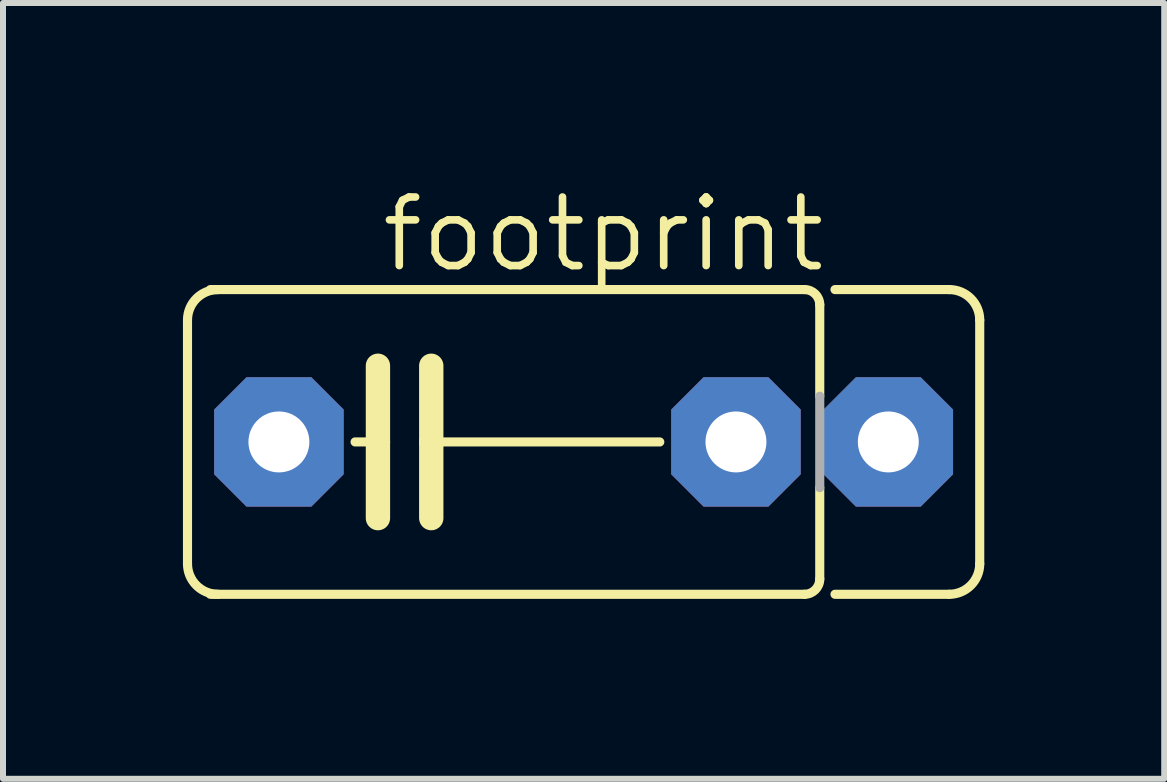
<source format=kicad_pcb>
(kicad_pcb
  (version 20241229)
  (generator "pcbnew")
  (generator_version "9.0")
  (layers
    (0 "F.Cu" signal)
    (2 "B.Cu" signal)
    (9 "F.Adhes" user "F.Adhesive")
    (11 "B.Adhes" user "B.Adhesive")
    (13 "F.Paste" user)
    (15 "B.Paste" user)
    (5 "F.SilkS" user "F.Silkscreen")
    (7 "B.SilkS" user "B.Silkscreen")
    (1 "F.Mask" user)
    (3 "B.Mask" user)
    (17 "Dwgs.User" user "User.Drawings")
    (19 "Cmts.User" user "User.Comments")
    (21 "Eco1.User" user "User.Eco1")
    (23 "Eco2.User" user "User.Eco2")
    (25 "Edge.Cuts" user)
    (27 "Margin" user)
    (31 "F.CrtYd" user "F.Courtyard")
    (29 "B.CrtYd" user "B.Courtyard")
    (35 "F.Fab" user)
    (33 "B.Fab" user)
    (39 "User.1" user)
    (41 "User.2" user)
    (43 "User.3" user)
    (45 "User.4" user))
  (footprint "footprint"
    (layer "F.Cu")
    (at 6.68 4.318)
    (property "Reference" "footprint" (at -3.429 -2.794 0) (layer "F.SilkS") (effects (font (size 1.143 1.143) (thickness 0.127)) (justify left bottom)))
    (fp_line (start -6.604 2.032) (end -6.604 -2.032) (stroke (width 0.152) (type solid)) (layer "F.SilkS"))
    (fp_line (start -6.223 2.54) (end 3.683 2.54) (stroke (width 0.152) (type solid)) (layer "F.SilkS"))
    (fp_line (start -3.81 0) (end -3.429 0) (stroke (width 0.152) (type solid)) (layer "F.SilkS"))
    (fp_line (start -3.429 -1.27) (end -3.429 0) (stroke (width 0.406) (type solid)) (layer "F.SilkS"))
    (fp_line (start -3.429 0) (end -3.429 1.27) (stroke (width 0.406) (type solid)) (layer "F.SilkS"))
    (fp_line (start -2.54 -1.27) (end -2.54 0) (stroke (width 0.406) (type solid)) (layer "F.SilkS"))
    (fp_line (start -2.54 0) (end -2.54 1.27) (stroke (width 0.406) (type solid)) (layer "F.SilkS"))
    (fp_line (start 1.27 0) (end -2.54 0) (stroke (width 0.152) (type solid)) (layer "F.SilkS"))
    (fp_line (start 3.683 -2.54) (end -6.223 -2.54) (stroke (width 0.152) (type solid)) (layer "F.SilkS"))
    (fp_line (start 3.937 -0.762) (end 3.937 -2.286) (stroke (width 0.152) (type solid)) (layer "F.SilkS"))
    (fp_line (start 3.937 2.286) (end 3.937 0.762) (stroke (width 0.152) (type solid)) (layer "F.SilkS"))
    (fp_line (start 6.096 -2.54) (end 4.191 -2.54) (stroke (width 0.152) (type solid)) (layer "F.SilkS"))
    (fp_line (start 6.096 2.54) (end 4.191 2.54) (stroke (width 0.152) (type solid)) (layer "F.SilkS"))
    (fp_line (start 6.604 -2.032) (end 6.604 2.032) (stroke (width 0.152) (type solid)) (layer "F.SilkS"))
    (fp_arc (start -6.604 -2.032) (mid -6.45521 -2.39121) (end -6.096 -2.54) (stroke (width 0.1524) (type solid)) (layer "F.SilkS"))
    (fp_arc (start -6.096 2.54) (mid -6.45521 2.39121) (end -6.604 2.032) (stroke (width 0.1524) (type solid)) (layer "F.SilkS"))
    (fp_arc (start 3.683 -2.54) (mid 3.862605 -2.465605) (end 3.937 -2.286) (stroke (width 0.1524) (type solid)) (layer "F.SilkS"))
    (fp_arc (start 3.937 2.286) (mid 3.862605 2.465605) (end 3.683 2.54) (stroke (width 0.1524) (type solid)) (layer "F.SilkS"))
    (fp_arc (start 6.096 -2.54) (mid 6.45521 -2.39121) (end 6.604 -2.032) (stroke (width 0.1524) (type solid)) (layer "F.SilkS"))
    (fp_arc (start 6.604 2.032) (mid 6.45521 2.39121) (end 6.096 2.54) (stroke (width 0.1524) (type solid)) (layer "F.SilkS"))
    (fp_line (start 3.937 0.762) (end 3.937 -0.762) (stroke (width 0.152) (type solid)) (layer "F.Fab"))
    (pad "1" thru_hole roundrect (at -5.08 0) (size 2.159 2.159) (drill 1.016) (layers "*.Cu" "*.Mask") (roundrect_rratio 0.25) (chamfer_ratio 0.25) (chamfer top_left top_right bottom_left bottom_right))
    (pad "2" thru_hole roundrect (at 2.54 0) (size 2.159 2.159) (drill 1.016) (layers "*.Cu" "*.Mask") (roundrect_rratio 0.25) (chamfer_ratio 0.25) (chamfer top_left top_right bottom_left bottom_right))
    (pad "3" thru_hole roundrect (at 5.08 0) (size 2.159 2.159) (drill 1.016) (layers "*.Cu" "*.Mask") (roundrect_rratio 0.25) (chamfer_ratio 0.25) (chamfer top_left top_right bottom_left bottom_right)))
  (gr_rect
    (start -3 -3)
    (end 16.36 9.934)
    (stroke (width 0.1) (type default))
    (fill no)
    (layer "Edge.Cuts")))
</source>
